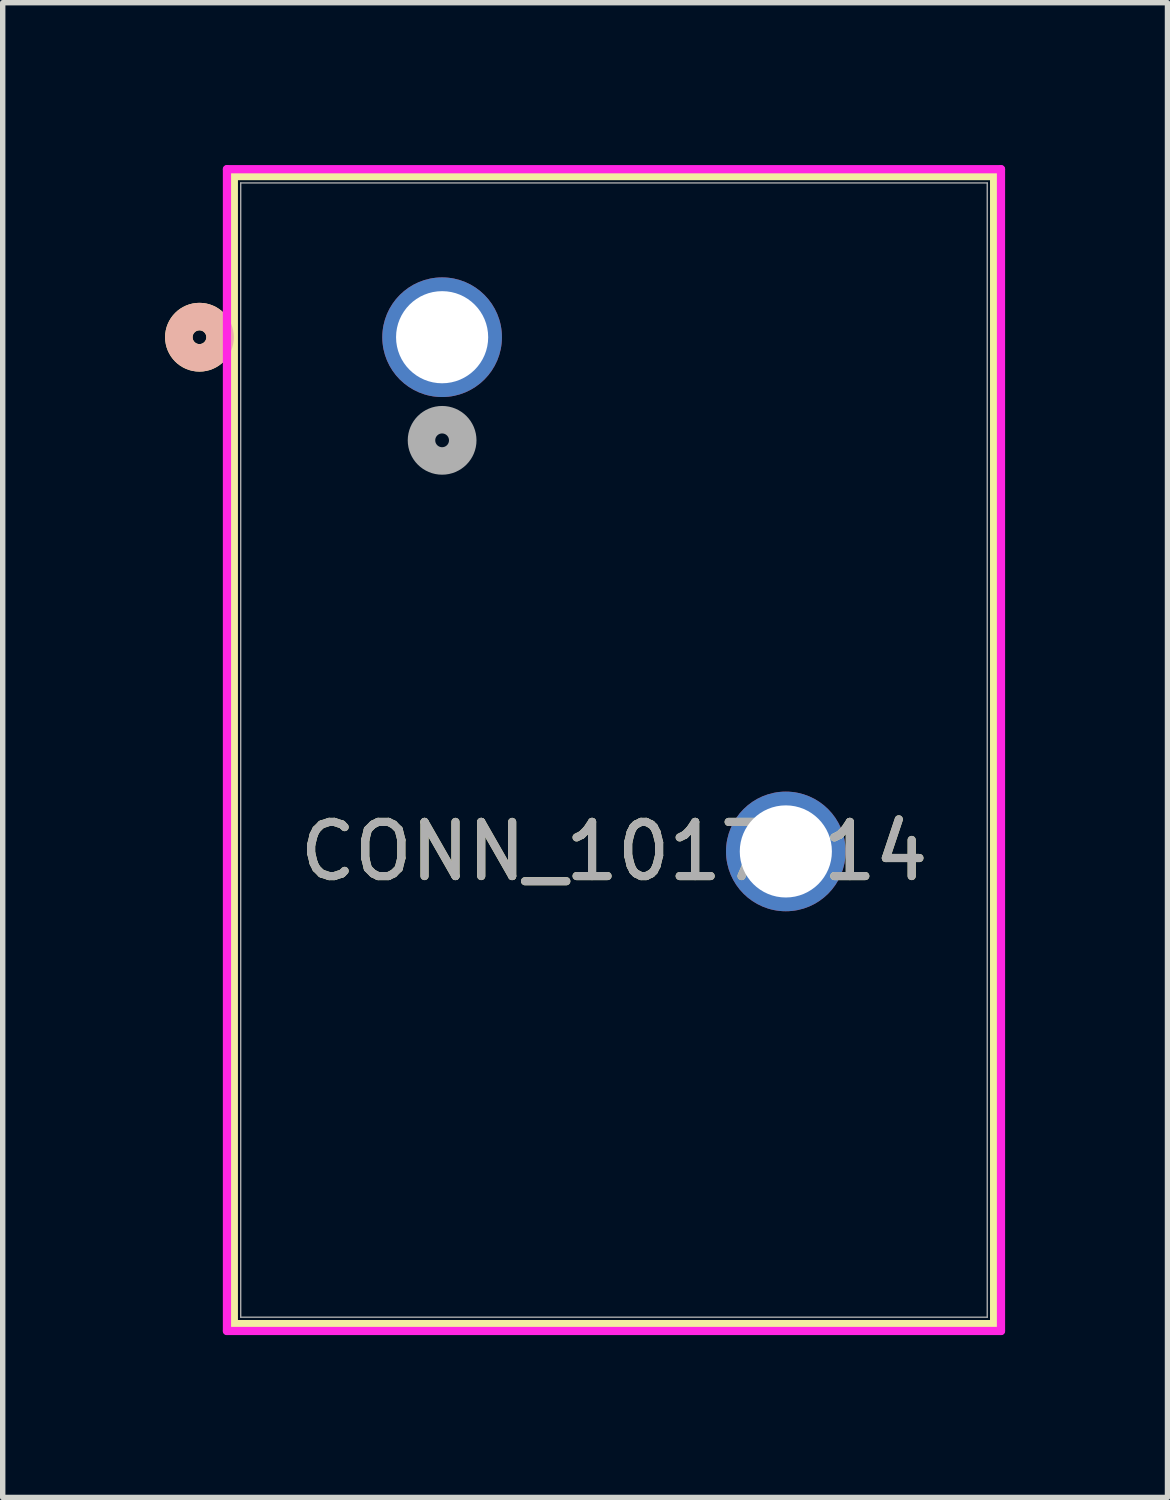
<source format=kicad_pcb>
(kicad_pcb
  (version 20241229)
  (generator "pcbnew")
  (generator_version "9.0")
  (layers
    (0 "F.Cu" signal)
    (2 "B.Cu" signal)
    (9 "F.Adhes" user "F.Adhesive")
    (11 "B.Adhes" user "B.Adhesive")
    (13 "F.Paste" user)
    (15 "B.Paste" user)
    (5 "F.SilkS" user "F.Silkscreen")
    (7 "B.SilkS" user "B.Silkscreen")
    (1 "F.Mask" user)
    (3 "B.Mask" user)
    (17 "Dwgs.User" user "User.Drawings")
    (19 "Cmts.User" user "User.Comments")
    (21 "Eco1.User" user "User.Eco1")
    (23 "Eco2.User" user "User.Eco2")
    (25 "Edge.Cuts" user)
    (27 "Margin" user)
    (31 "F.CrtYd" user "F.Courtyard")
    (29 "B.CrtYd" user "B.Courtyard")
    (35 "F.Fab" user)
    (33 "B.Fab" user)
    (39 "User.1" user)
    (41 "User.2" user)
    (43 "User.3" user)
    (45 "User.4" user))
  (footprint "CONN_1017514"
    (layer "F.Cu")
    (at 5.118 3.18)
    (property "Reference" "CONN_1017514" (at 3.175 9.5 0) (unlocked yes) (layer "F.SilkS") (effects (font (size 1 1) (thickness 0.15))))
    (attr through_hole)
    (fp_line (start -3.848 -2.977) (end -3.848 18.232) (stroke (width 0.152) (type solid)) (layer "F.SilkS"))
    (fp_line (start -3.848 18.232) (end 10.198 18.232) (stroke (width 0.152) (type solid)) (layer "F.SilkS"))
    (fp_line (start 10.198 -2.977) (end -3.848 -2.977) (stroke (width 0.152) (type solid)) (layer "F.SilkS"))
    (fp_line (start 10.198 18.232) (end 10.198 -2.977) (stroke (width 0.152) (type solid)) (layer "F.SilkS"))
    (fp_circle (center -4.483 -0.000001) (end -4.102 -0.000001) (stroke (width 0.508) (type solid)) (fill no) (layer "F.SilkS"))
    (fp_circle (center -4.483 -0.000001) (end -4.102 -0.000001) (stroke (width 0.508) (type solid)) (fill no) (layer "B.SilkS"))
    (fp_line (start -3.975 -3.104) (end -3.975 18.359) (stroke (width 0.152) (type solid)) (layer "F.CrtYd"))
    (fp_line (start -3.975 18.359) (end 10.325 18.359) (stroke (width 0.152) (type solid)) (layer "F.CrtYd"))
    (fp_line (start 10.325 -3.104) (end -3.975 -3.104) (stroke (width 0.152) (type solid)) (layer "F.CrtYd"))
    (fp_line (start 10.325 18.359) (end 10.325 -3.104) (stroke (width 0.152) (type solid)) (layer "F.CrtYd"))
    (fp_line (start -3.721 -2.85) (end -3.721 18.105) (stroke (width 0.025) (type solid)) (layer "F.Fab"))
    (fp_line (start -3.721 18.105) (end 10.071 18.105) (stroke (width 0.025) (type solid)) (layer "F.Fab"))
    (fp_line (start 10.071 -2.85) (end -3.721 -2.85) (stroke (width 0.025) (type solid)) (layer "F.Fab"))
    (fp_line (start 10.071 18.105) (end 10.071 -2.85) (stroke (width 0.025) (type solid)) (layer "F.Fab"))
    (fp_circle (center 0 1.905) (end 0.381 1.905) (stroke (width 0.508) (type solid)) (fill no) (layer "F.Fab"))
    (fp_text user "${REFERENCE}" (at 3.175 9.5 0) (unlocked yes) (layer "F.Fab") (effects (font (size 1 1) (thickness 0.15))))
    (pad "1" thru_hole circle (at 0 0) (size 2.21 2.21) (drill 1.702) (layers "*.Cu" "*.Mask"))
    (pad "2" thru_hole circle (at 6.35 9.5) (size 2.21 2.21) (drill 1.702) (layers "*.Cu" "*.Mask")))
  (gr_rect
    (start -3 -3)
    (end 18.519 24.615)
    (stroke (width 0.1) (type default))
    (fill no)
    (layer "Edge.Cuts")))
</source>
